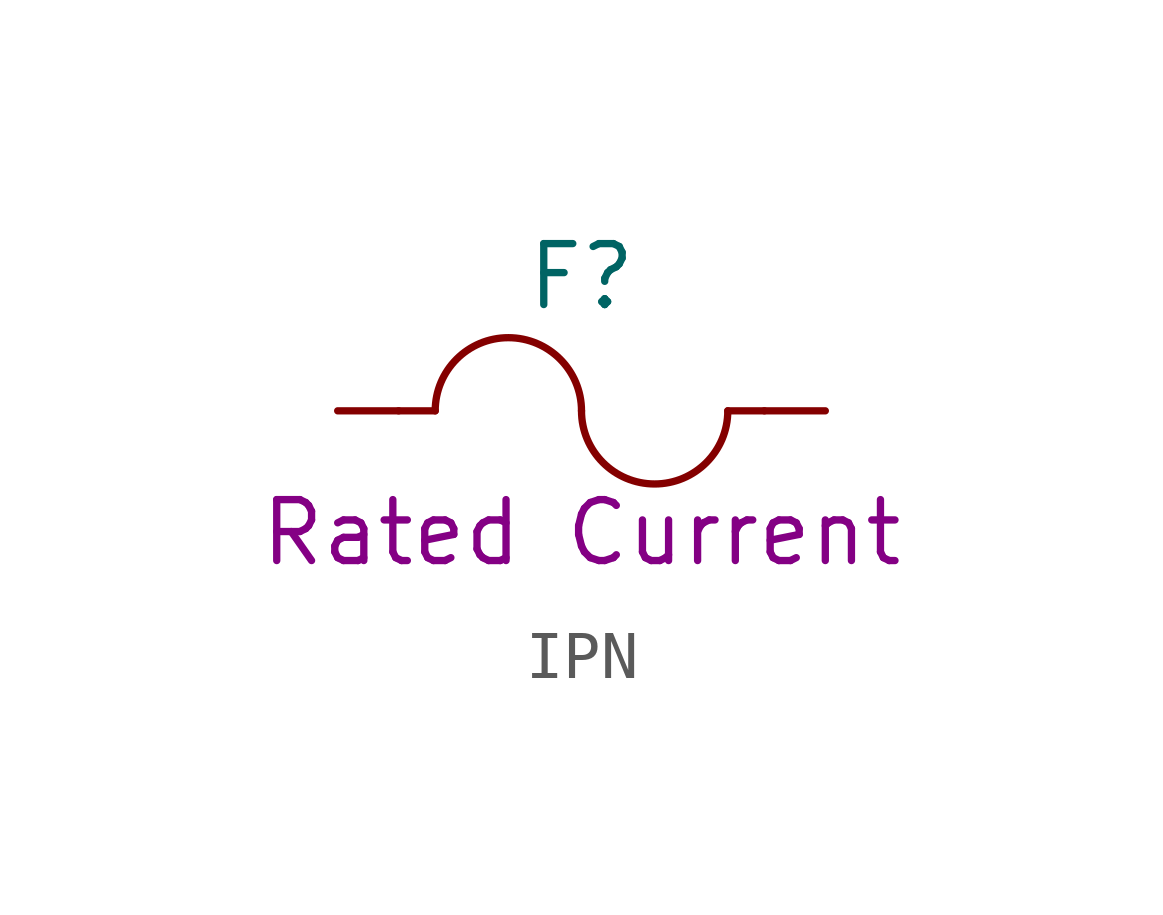
<source format=kicad_sym>
(kicad_symbol_lib
  (version 20211014)
  (generator kicad_symbol_editor)
  (symbol "IPN"
    (pin_numbers hide)
    (pin_names
      (offset 0) hide)
    (property "Reference" "F"
      (at 0 2.794 0)
      (effects (font (size 1.27 1.27))))
    (property "Current Rating (A)" "Rated Current"
      (at 0 -2.54 0)
      (effects (font (size 1.27 1.27))))
    (symbol "IPN_0_1"
      (rectangle (start -3.81 0) (end -3.048 0) (stroke (width 0) (type default) (color 0 0 0 0)) (fill (type none)))
      (arc (start 0 0) (mid 1.524 -1.524) (end 3.048 0) (stroke (width 0) (type default) (color 0 0 0 0)) (fill (type none)))
      (rectangle (start 3.048 0) (end 3.81 0) (stroke (width 0) (type default) (color 0 0 0 0)) (fill (type none))))
    (symbol "IPN_1_1"
      (arc (start 0 0) (mid -1.524 1.524) (end -3.048 0) (stroke (width 0) (type default) (color 0 0 0 0)) (fill (type none)))
      (pin passive line (at -5.08 0 0) (length 1.27) (name "1" (effects (font (size 1.27 1.27)))) (number "1" (effects (font (size 1.27 1.27)))))
      (pin passive line (at 5.08 0 180) (length 1.27) (name "2" (effects (font (size 1.27 1.27)))) (number "2" (effects (font (size 1.27 1.27))))))))
</source>
